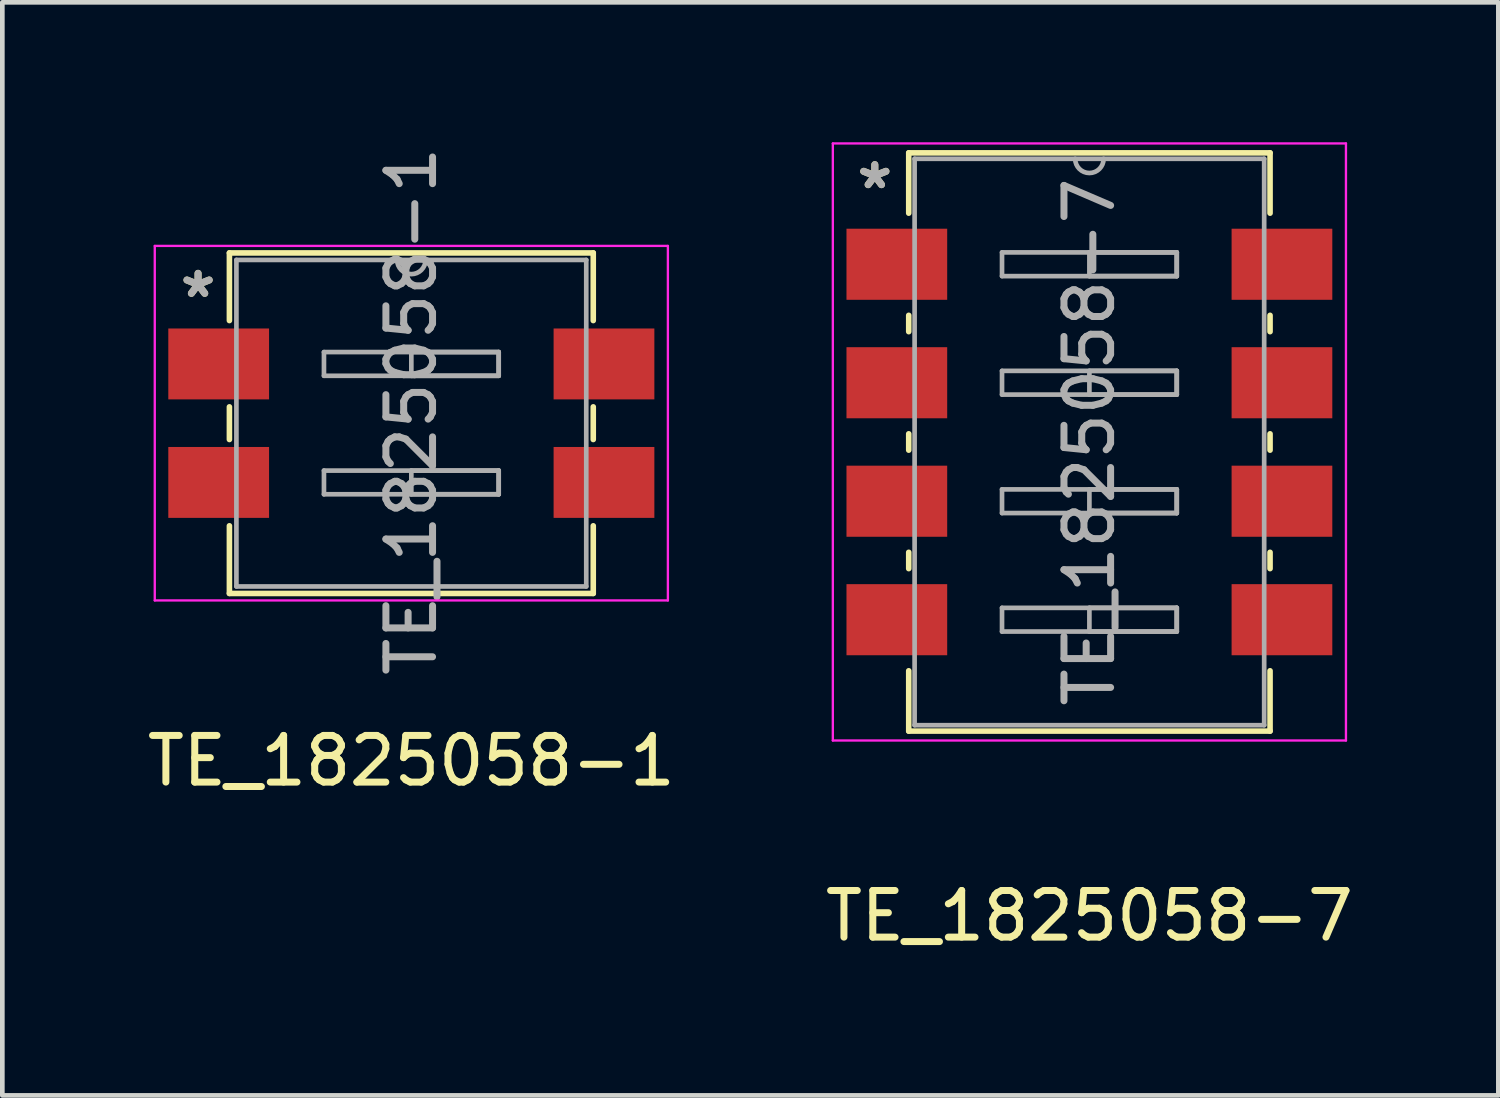
<source format=kicad_pcb>
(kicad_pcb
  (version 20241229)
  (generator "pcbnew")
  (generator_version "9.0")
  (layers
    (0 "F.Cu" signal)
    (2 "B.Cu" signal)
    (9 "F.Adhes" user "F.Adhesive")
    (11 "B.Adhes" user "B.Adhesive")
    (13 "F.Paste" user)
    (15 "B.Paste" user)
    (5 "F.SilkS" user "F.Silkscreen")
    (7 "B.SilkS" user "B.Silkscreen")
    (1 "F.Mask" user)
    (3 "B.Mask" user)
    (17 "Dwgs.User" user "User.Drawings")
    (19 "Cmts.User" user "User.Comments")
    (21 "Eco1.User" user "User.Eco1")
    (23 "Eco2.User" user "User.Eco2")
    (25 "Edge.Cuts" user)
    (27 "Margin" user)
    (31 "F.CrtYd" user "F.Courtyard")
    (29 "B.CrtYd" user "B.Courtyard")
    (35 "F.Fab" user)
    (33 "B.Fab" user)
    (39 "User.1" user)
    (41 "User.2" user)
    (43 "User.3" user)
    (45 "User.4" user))
  (footprint "TE_1825058-7"
    (layer "F.Cu")
    (at 20.304 6.425)
    (property "Reference" "TE_1825058-7" (at 0 0 90) (layer "F.Fab") (effects (font (size 1 1) (thickness 0.15))))
    (attr smd)
    (fp_line (start -3.873 -6.198) (end -3.873 -4.905) (stroke (width 0.12) (type solid)) (layer "F.SilkS"))
    (fp_line (start -3.873 -2.715) (end -3.873 -2.365) (stroke (width 0.12) (type solid)) (layer "F.SilkS"))
    (fp_line (start -3.873 -0.175) (end -3.873 0.175) (stroke (width 0.12) (type solid)) (layer "F.SilkS"))
    (fp_line (start -3.873 2.365) (end -3.873 2.715) (stroke (width 0.12) (type solid)) (layer "F.SilkS"))
    (fp_line (start -3.873 4.905) (end -3.873 6.198) (stroke (width 0.12) (type solid)) (layer "F.SilkS"))
    (fp_line (start -3.873 6.198) (end 3.873 6.198) (stroke (width 0.12) (type solid)) (layer "F.SilkS"))
    (fp_line (start 3.873 -6.198) (end -3.873 -6.198) (stroke (width 0.12) (type solid)) (layer "F.SilkS"))
    (fp_line (start 3.873 -4.905) (end 3.873 -6.198) (stroke (width 0.12) (type solid)) (layer "F.SilkS"))
    (fp_line (start 3.873 -2.365) (end 3.873 -2.715) (stroke (width 0.12) (type solid)) (layer "F.SilkS"))
    (fp_line (start 3.873 0.175) (end 3.873 -0.175) (stroke (width 0.12) (type solid)) (layer "F.SilkS"))
    (fp_line (start 3.873 2.715) (end 3.873 2.365) (stroke (width 0.12) (type solid)) (layer "F.SilkS"))
    (fp_line (start 3.873 6.198) (end 3.873 4.905) (stroke (width 0.12) (type solid)) (layer "F.SilkS"))
    (fp_line (start -5.5 -6.4) (end -5.5 6.4) (stroke (width 0.05) (type solid)) (layer "F.CrtYd"))
    (fp_line (start -5.5 6.4) (end 5.5 6.4) (stroke (width 0.05) (type solid)) (layer "F.CrtYd"))
    (fp_line (start 5.5 -6.4) (end -5.5 -6.4) (stroke (width 0.05) (type solid)) (layer "F.CrtYd"))
    (fp_line (start 5.5 6.4) (end 5.5 -6.4) (stroke (width 0.05) (type solid)) (layer "F.CrtYd"))
    (fp_line (start -3.747 -6.071) (end -3.747 6.071) (stroke (width 0.1) (type solid)) (layer "F.Fab"))
    (fp_line (start -3.747 6.071) (end 3.747 6.071) (stroke (width 0.1) (type solid)) (layer "F.Fab"))
    (fp_line (start -1.873 -4.064) (end 1.873 -4.064) (stroke (width 0.1) (type solid)) (layer "F.Fab"))
    (fp_line (start -1.873 -3.556) (end -1.873 -4.064) (stroke (width 0.1) (type solid)) (layer "F.Fab"))
    (fp_line (start -1.873 -1.524) (end 1.873 -1.524) (stroke (width 0.1) (type solid)) (layer "F.Fab"))
    (fp_line (start -1.873 -1.016) (end -1.873 -1.524) (stroke (width 0.1) (type solid)) (layer "F.Fab"))
    (fp_line (start -1.873 1.016) (end 1.873 1.016) (stroke (width 0.1) (type solid)) (layer "F.Fab"))
    (fp_line (start -1.873 1.524) (end -1.873 1.016) (stroke (width 0.1) (type solid)) (layer "F.Fab"))
    (fp_line (start -1.873 3.556) (end 1.873 3.556) (stroke (width 0.1) (type solid)) (layer "F.Fab"))
    (fp_line (start -1.873 4.064) (end -1.873 3.556) (stroke (width 0.1) (type solid)) (layer "F.Fab"))
    (fp_line (start 0 -4.064) (end 1.873 -4.064) (stroke (width 0.1) (type solid)) (layer "F.Fab"))
    (fp_line (start 0 -3.556) (end 0 -4.064) (stroke (width 0.1) (type solid)) (layer "F.Fab"))
    (fp_line (start 0 -1.524) (end 1.873 -1.524) (stroke (width 0.1) (type solid)) (layer "F.Fab"))
    (fp_line (start 0 -1.016) (end 0 -1.524) (stroke (width 0.1) (type solid)) (layer "F.Fab"))
    (fp_line (start 0 1.016) (end 1.873 1.016) (stroke (width 0.1) (type solid)) (layer "F.Fab"))
    (fp_line (start 0 1.524) (end 0 1.016) (stroke (width 0.1) (type solid)) (layer "F.Fab"))
    (fp_line (start 0 3.556) (end 1.873 3.556) (stroke (width 0.1) (type solid)) (layer "F.Fab"))
    (fp_line (start 0 4.064) (end 0 3.556) (stroke (width 0.1) (type solid)) (layer "F.Fab"))
    (fp_line (start 1.873 -4.064) (end 1.873 -3.556) (stroke (width 0.1) (type solid)) (layer "F.Fab"))
    (fp_line (start 1.873 -4.064) (end 1.873 -3.556) (stroke (width 0.1) (type solid)) (layer "F.Fab"))
    (fp_line (start 1.873 -3.556) (end -1.873 -3.556) (stroke (width 0.1) (type solid)) (layer "F.Fab"))
    (fp_line (start 1.873 -3.556) (end 0 -3.556) (stroke (width 0.1) (type solid)) (layer "F.Fab"))
    (fp_line (start 1.873 -1.524) (end 1.873 -1.016) (stroke (width 0.1) (type solid)) (layer "F.Fab"))
    (fp_line (start 1.873 -1.524) (end 1.873 -1.016) (stroke (width 0.1) (type solid)) (layer "F.Fab"))
    (fp_line (start 1.873 -1.016) (end -1.873 -1.016) (stroke (width 0.1) (type solid)) (layer "F.Fab"))
    (fp_line (start 1.873 -1.016) (end 0 -1.016) (stroke (width 0.1) (type solid)) (layer "F.Fab"))
    (fp_line (start 1.873 1.016) (end 1.873 1.524) (stroke (width 0.1) (type solid)) (layer "F.Fab"))
    (fp_line (start 1.873 1.016) (end 1.873 1.524) (stroke (width 0.1) (type solid)) (layer "F.Fab"))
    (fp_line (start 1.873 1.524) (end -1.873 1.524) (stroke (width 0.1) (type solid)) (layer "F.Fab"))
    (fp_line (start 1.873 1.524) (end 0 1.524) (stroke (width 0.1) (type solid)) (layer "F.Fab"))
    (fp_line (start 1.873 3.556) (end 1.873 4.064) (stroke (width 0.1) (type solid)) (layer "F.Fab"))
    (fp_line (start 1.873 3.556) (end 1.873 4.064) (stroke (width 0.1) (type solid)) (layer "F.Fab"))
    (fp_line (start 1.873 4.064) (end -1.873 4.064) (stroke (width 0.1) (type solid)) (layer "F.Fab"))
    (fp_line (start 1.873 4.064) (end 0 4.064) (stroke (width 0.1) (type solid)) (layer "F.Fab"))
    (fp_line (start 3.747 -6.071) (end -3.747 -6.071) (stroke (width 0.1) (type solid)) (layer "F.Fab"))
    (fp_line (start 3.747 6.071) (end 3.747 -6.071) (stroke (width 0.1) (type solid)) (layer "F.Fab"))
    (fp_arc (start 0.3048 -6.0706) (mid 0 -5.7658) (end -0.3048 -6.0706) (stroke (width 0.1) (type solid)) (layer "F.Fab"))
    (fp_text user "*" (at -4.6 -5.4 0) (layer "F.SilkS") (effects (font (size 1 1) (thickness 0.15))))
    (fp_text user "${REFERENCE}" (at 0 10.16 0) (layer "F.SilkS") (effects (font (size 1 1) (thickness 0.15))))
    (fp_text user "*" (at -4.6 -5.4 0) (layer "F.Fab") (effects (font (size 1 1) (thickness 0.15))))
    (pad "1" smd rect (at -4.128 -3.81) (size 2.159 1.524) (layers "F.Cu" "F.Mask" "F.Paste"))
    (pad "2" smd rect (at -4.128 -1.27) (size 2.159 1.524) (layers "F.Cu" "F.Mask" "F.Paste"))
    (pad "3" smd rect (at -4.128 1.27) (size 2.159 1.524) (layers "F.Cu" "F.Mask" "F.Paste"))
    (pad "4" smd rect (at -4.128 3.81) (size 2.159 1.524) (layers "F.Cu" "F.Mask" "F.Paste"))
    (pad "5" smd rect (at 4.128 3.81) (size 2.159 1.524) (layers "F.Cu" "F.Mask" "F.Paste"))
    (pad "6" smd rect (at 4.128 1.27) (size 2.159 1.524) (layers "F.Cu" "F.Mask" "F.Paste"))
    (pad "7" smd rect (at 4.128 -1.27) (size 2.159 1.524) (layers "F.Cu" "F.Mask" "F.Paste"))
    (pad "8" smd rect (at 4.128 -3.81) (size 2.159 1.524) (layers "F.Cu" "F.Mask" "F.Paste")))
  (footprint "TE_1825058-1"
    (layer "F.Cu")
    (at 5.768 6.022)
    (property "Reference" "TE_1825058-1" (at 0 -0.254 90) (layer "F.Fab") (effects (font (size 1 1) (thickness 0.15))))
    (attr smd)
    (fp_line (start -3.9 -3.65) (end 3.9 -3.65) (stroke (width 0.12) (type solid)) (layer "F.SilkS"))
    (fp_line (start -3.9 -2.2) (end -3.9 -3.65) (stroke (width 0.12) (type solid)) (layer "F.SilkS"))
    (fp_line (start -3.9 0.35) (end -3.9 -0.35) (stroke (width 0.12) (type solid)) (layer "F.SilkS"))
    (fp_line (start -3.9 3.65) (end -3.9 2.2) (stroke (width 0.12) (type solid)) (layer "F.SilkS"))
    (fp_line (start 3.9 -3.65) (end 3.9 -2.2) (stroke (width 0.12) (type solid)) (layer "F.SilkS"))
    (fp_line (start 3.9 0.35) (end 3.9 -0.35) (stroke (width 0.12) (type solid)) (layer "F.SilkS"))
    (fp_line (start 3.9 2.2) (end 3.9 3.65) (stroke (width 0.12) (type solid)) (layer "F.SilkS"))
    (fp_line (start 3.9 3.65) (end -3.9 3.65) (stroke (width 0.12) (type solid)) (layer "F.SilkS"))
    (fp_line (start -5.5 -3.8) (end -5.5 3.8) (stroke (width 0.05) (type solid)) (layer "F.CrtYd"))
    (fp_line (start -5.5 3.8) (end 5.5 3.8) (stroke (width 0.05) (type solid)) (layer "F.CrtYd"))
    (fp_line (start 5.5 -3.8) (end -5.5 -3.8) (stroke (width 0.05) (type solid)) (layer "F.CrtYd"))
    (fp_line (start 5.5 3.8) (end 5.5 -3.8) (stroke (width 0.05) (type solid)) (layer "F.CrtYd"))
    (fp_line (start -3.75 -3.5) (end -3.75 3.5) (stroke (width 0.1) (type solid)) (layer "F.Fab"))
    (fp_line (start -3.75 3.5) (end 3.75 3.5) (stroke (width 0.1) (type solid)) (layer "F.Fab"))
    (fp_line (start -1.873 -1.524) (end 1.873 -1.524) (stroke (width 0.1) (type solid)) (layer "F.Fab"))
    (fp_line (start -1.873 -1.016) (end -1.873 -1.524) (stroke (width 0.1) (type solid)) (layer "F.Fab"))
    (fp_line (start -1.873 1.016) (end 1.873 1.016) (stroke (width 0.1) (type solid)) (layer "F.Fab"))
    (fp_line (start -1.873 1.524) (end -1.873 1.016) (stroke (width 0.1) (type solid)) (layer "F.Fab"))
    (fp_line (start 0 -1.524) (end 1.873 -1.524) (stroke (width 0.1) (type solid)) (layer "F.Fab"))
    (fp_line (start 0 -1.016) (end 0 -1.524) (stroke (width 0.1) (type solid)) (layer "F.Fab"))
    (fp_line (start 0 1.016) (end 1.873 1.016) (stroke (width 0.1) (type solid)) (layer "F.Fab"))
    (fp_line (start 0 1.524) (end 0 1.016) (stroke (width 0.1) (type solid)) (layer "F.Fab"))
    (fp_line (start 1.873 -1.524) (end 1.873 -1.016) (stroke (width 0.1) (type solid)) (layer "F.Fab"))
    (fp_line (start 1.873 -1.524) (end 1.873 -1.016) (stroke (width 0.1) (type solid)) (layer "F.Fab"))
    (fp_line (start 1.873 -1.016) (end -1.873 -1.016) (stroke (width 0.1) (type solid)) (layer "F.Fab"))
    (fp_line (start 1.873 -1.016) (end 0 -1.016) (stroke (width 0.1) (type solid)) (layer "F.Fab"))
    (fp_line (start 1.873 1.016) (end 1.873 1.524) (stroke (width 0.1) (type solid)) (layer "F.Fab"))
    (fp_line (start 1.873 1.016) (end 1.873 1.524) (stroke (width 0.1) (type solid)) (layer "F.Fab"))
    (fp_line (start 1.873 1.524) (end -1.873 1.524) (stroke (width 0.1) (type solid)) (layer "F.Fab"))
    (fp_line (start 1.873 1.524) (end 0 1.524) (stroke (width 0.1) (type solid)) (layer "F.Fab"))
    (fp_line (start 3.75 -3.5) (end -3.75 -3.5) (stroke (width 0.1) (type solid)) (layer "F.Fab"))
    (fp_line (start 3.75 3.5) (end 3.75 -3.5) (stroke (width 0.1) (type solid)) (layer "F.Fab"))
    (fp_arc (start 0.3048 -3.5) (mid 0 -3.199962) (end -0.3048 -3.5) (stroke (width 0.1) (type solid)) (layer "F.Fab"))
    (fp_text user "${REFERENCE}" (at 0 7.239 0) (layer "F.SilkS") (effects (font (size 1 1) (thickness 0.15))))
    (fp_text user "*" (at -4.572 -2.667 0) (layer "F.SilkS") (effects (font (size 1 1) (thickness 0.15))))
    (fp_text user "*" (at -4.572 -2.667 0) (layer "F.Fab") (effects (font (size 1 1) (thickness 0.15))))
    (pad "1" smd rect (at -4.13 -1.27) (size 2.16 1.52) (layers "F.Cu" "F.Mask" "F.Paste"))
    (pad "2" smd rect (at -4.13 1.27) (size 2.16 1.52) (layers "F.Cu" "F.Mask" "F.Paste"))
    (pad "3" smd rect (at 4.13 1.27) (size 2.16 1.52) (layers "F.Cu" "F.Mask" "F.Paste"))
    (pad "4" smd rect (at 4.13 -1.27) (size 2.16 1.52) (layers "F.Cu" "F.Mask" "F.Paste")))
  (gr_rect
    (start -3 -3)
    (end 29.071 20.433)
    (stroke (width 0.1) (type default))
    (fill no)
    (layer "Edge.Cuts")))
</source>
